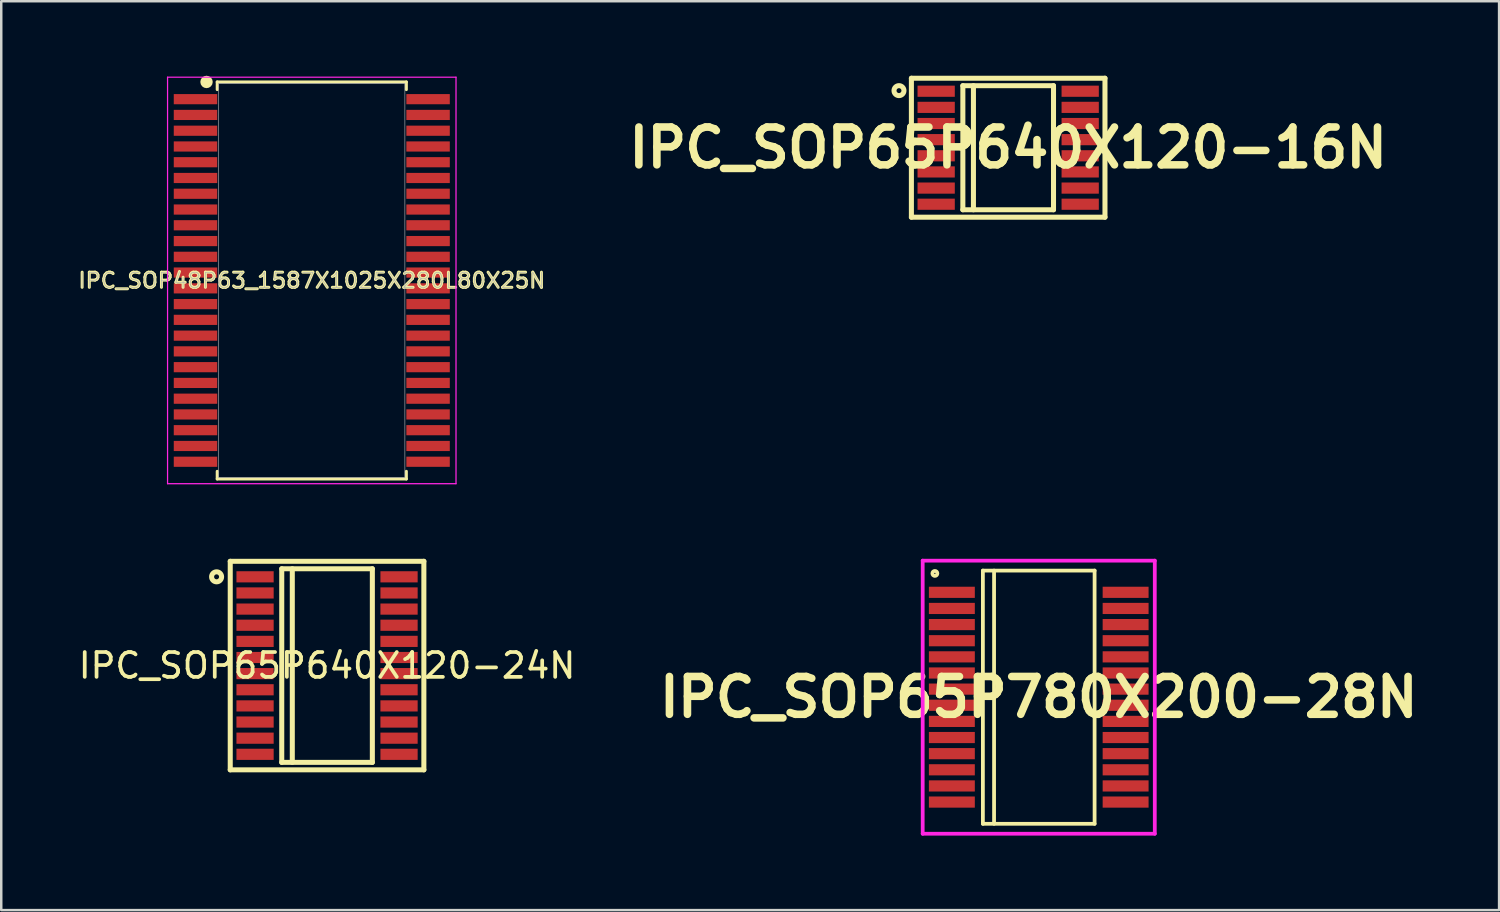
<source format=kicad_pcb>
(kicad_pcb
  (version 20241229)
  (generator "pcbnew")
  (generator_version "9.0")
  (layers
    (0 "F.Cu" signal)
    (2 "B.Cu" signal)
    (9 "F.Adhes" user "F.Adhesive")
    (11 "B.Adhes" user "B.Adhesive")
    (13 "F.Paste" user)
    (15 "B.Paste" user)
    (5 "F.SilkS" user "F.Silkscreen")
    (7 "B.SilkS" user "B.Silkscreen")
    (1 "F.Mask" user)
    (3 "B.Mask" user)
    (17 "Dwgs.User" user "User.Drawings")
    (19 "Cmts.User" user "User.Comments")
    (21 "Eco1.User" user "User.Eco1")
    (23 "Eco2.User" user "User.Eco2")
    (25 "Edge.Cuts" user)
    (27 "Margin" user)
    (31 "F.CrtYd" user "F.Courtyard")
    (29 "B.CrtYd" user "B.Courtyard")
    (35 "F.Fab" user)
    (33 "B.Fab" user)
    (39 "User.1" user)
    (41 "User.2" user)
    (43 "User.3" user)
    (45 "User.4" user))
  (footprint "IPC_SOP65P640X120-16N"
    (layer "F.Cu")
    (at 37.564 2.901)
    (property "Reference" "IPC_SOP65P640X120-16N" (at 0 0 0) (layer "F.SilkS") (effects (font (size 1.524 1.524) (thickness 0.305))))
    (attr through_hole)
    (fp_line (start -3.899 -2.799) (end 3.899 -2.799) (stroke (width 0.203) (type solid)) (layer "F.SilkS"))
    (fp_line (start -3.899 2.799) (end -3.899 -2.799) (stroke (width 0.203) (type solid)) (layer "F.SilkS"))
    (fp_line (start -1.826 -2.499) (end 1.826 -2.499) (stroke (width 0.203) (type solid)) (layer "F.SilkS"))
    (fp_line (start -1.826 2.499) (end -1.826 -2.499) (stroke (width 0.203) (type solid)) (layer "F.SilkS"))
    (fp_line (start -1.4 -2.5) (end -1.4 2.5) (stroke (width 0.203) (type solid)) (layer "F.SilkS"))
    (fp_line (start 1.826 -2.499) (end 1.826 2.499) (stroke (width 0.203) (type solid)) (layer "F.SilkS"))
    (fp_line (start 1.826 2.499) (end -1.826 2.499) (stroke (width 0.203) (type solid)) (layer "F.SilkS"))
    (fp_line (start 3.899 -2.799) (end 3.899 2.799) (stroke (width 0.203) (type solid)) (layer "F.SilkS"))
    (fp_line (start 3.899 2.799) (end -3.899 2.799) (stroke (width 0.203) (type solid)) (layer "F.SilkS"))
    (fp_circle (center -4.399 -2.3) (end -4.3 -2.3) (stroke (width 0.203) (type solid)) (fill no) (layer "F.SilkS"))
    (pad "1" smd rect (at -2.901 -2.276) (size 1.501 0.45) (layers "F.Cu" "F.Mask" "F.Paste"))
    (pad "2" smd rect (at -2.901 -1.626) (size 1.501 0.45) (layers "F.Cu" "F.Mask" "F.Paste"))
    (pad "3" smd rect (at -2.901 -0.975) (size 1.501 0.45) (layers "F.Cu" "F.Mask" "F.Paste"))
    (pad "4" smd rect (at -2.901 -0.325) (size 1.501 0.45) (layers "F.Cu" "F.Mask" "F.Paste"))
    (pad "5" smd rect (at -2.901 0.325) (size 1.501 0.45) (layers "F.Cu" "F.Mask" "F.Paste"))
    (pad "6" smd rect (at -2.901 0.975) (size 1.501 0.45) (layers "F.Cu" "F.Mask" "F.Paste"))
    (pad "7" smd rect (at -2.901 1.626) (size 1.501 0.45) (layers "F.Cu" "F.Mask" "F.Paste"))
    (pad "8" smd rect (at -2.901 2.276) (size 1.501 0.45) (layers "F.Cu" "F.Mask" "F.Paste"))
    (pad "9" smd rect (at 2.901 2.276) (size 1.501 0.45) (layers "F.Cu" "F.Mask" "F.Paste"))
    (pad "10" smd rect (at 2.901 1.626) (size 1.501 0.45) (layers "F.Cu" "F.Mask" "F.Paste"))
    (pad "11" smd rect (at 2.901 0.975) (size 1.501 0.45) (layers "F.Cu" "F.Mask" "F.Paste"))
    (pad "12" smd rect (at 2.901 0.325) (size 1.501 0.45) (layers "F.Cu" "F.Mask" "F.Paste"))
    (pad "13" smd rect (at 2.901 -0.325) (size 1.501 0.45) (layers "F.Cu" "F.Mask" "F.Paste"))
    (pad "14" smd rect (at 2.901 -0.975) (size 1.501 0.45) (layers "F.Cu" "F.Mask" "F.Paste"))
    (pad "15" smd rect (at 2.901 -1.626) (size 1.501 0.45) (layers "F.Cu" "F.Mask" "F.Paste"))
    (pad "16" smd rect (at 2.901 -2.276) (size 1.501 0.45) (layers "F.Cu" "F.Mask" "F.Paste")))
  (footprint "IPC_SOP65P640X120-24N"
    (layer "F.Cu")
    (at 10.125 23.762)
    (property "Reference" "IPC_SOP65P640X120-24N" (at 0 0 0) (layer "F.SilkS") (effects (font (size 1 1) (thickness 0.15))))
    (attr through_hole)
    (fp_line (start -3.9 -4.2) (end 3.9 -4.2) (stroke (width 0.203) (type solid)) (layer "F.SilkS"))
    (fp_line (start -3.9 4.2) (end -3.9 -4.2) (stroke (width 0.203) (type solid)) (layer "F.SilkS"))
    (fp_line (start -1.825 -3.9) (end 1.825 -3.9) (stroke (width 0.203) (type solid)) (layer "F.SilkS"))
    (fp_line (start -1.825 3.9) (end -1.825 -3.9) (stroke (width 0.203) (type solid)) (layer "F.SilkS"))
    (fp_line (start -1.4 -3.9) (end -1.4 3.9) (stroke (width 0.203) (type solid)) (layer "F.SilkS"))
    (fp_line (start 1.825 -3.9) (end 1.825 3.9) (stroke (width 0.203) (type solid)) (layer "F.SilkS"))
    (fp_line (start 1.825 3.9) (end -1.825 3.9) (stroke (width 0.203) (type solid)) (layer "F.SilkS"))
    (fp_line (start 3.9 -4.2) (end 3.9 4.2) (stroke (width 0.203) (type solid)) (layer "F.SilkS"))
    (fp_line (start 3.9 4.2) (end -3.9 4.2) (stroke (width 0.203) (type solid)) (layer "F.SilkS"))
    (fp_circle (center -4.45 -3.575) (end -4.35 -3.575) (stroke (width 0.203) (type solid)) (fill no) (layer "F.SilkS"))
    (pad "1" smd rect (at -2.9 -3.575) (size 1.5 0.45) (layers "F.Cu" "F.Mask" "F.Paste"))
    (pad "2" smd rect (at -2.9 -2.925) (size 1.5 0.45) (layers "F.Cu" "F.Mask" "F.Paste"))
    (pad "3" smd rect (at -2.9 -2.275) (size 1.5 0.45) (layers "F.Cu" "F.Mask" "F.Paste"))
    (pad "4" smd rect (at -2.9 -1.625) (size 1.5 0.45) (layers "F.Cu" "F.Mask" "F.Paste"))
    (pad "5" smd rect (at -2.9 -0.975) (size 1.5 0.45) (layers "F.Cu" "F.Mask" "F.Paste"))
    (pad "6" smd rect (at -2.9 -0.325) (size 1.5 0.45) (layers "F.Cu" "F.Mask" "F.Paste"))
    (pad "7" smd rect (at -2.9 0.325) (size 1.5 0.45) (layers "F.Cu" "F.Mask" "F.Paste"))
    (pad "8" smd rect (at -2.9 0.975) (size 1.5 0.45) (layers "F.Cu" "F.Mask" "F.Paste"))
    (pad "9" smd rect (at -2.9 1.625) (size 1.5 0.45) (layers "F.Cu" "F.Mask" "F.Paste"))
    (pad "10" smd rect (at -2.9 2.275) (size 1.5 0.45) (layers "F.Cu" "F.Mask" "F.Paste"))
    (pad "11" smd rect (at -2.9 2.925) (size 1.5 0.45) (layers "F.Cu" "F.Mask" "F.Paste"))
    (pad "12" smd rect (at -2.9 3.575) (size 1.5 0.45) (layers "F.Cu" "F.Mask" "F.Paste"))
    (pad "13" smd rect (at 2.9 3.575) (size 1.5 0.45) (layers "F.Cu" "F.Mask" "F.Paste"))
    (pad "14" smd rect (at 2.9 2.925) (size 1.5 0.45) (layers "F.Cu" "F.Mask" "F.Paste"))
    (pad "15" smd rect (at 2.9 2.275) (size 1.5 0.45) (layers "F.Cu" "F.Mask" "F.Paste"))
    (pad "16" smd rect (at 2.9 1.625) (size 1.5 0.45) (layers "F.Cu" "F.Mask" "F.Paste"))
    (pad "17" smd rect (at 2.9 0.975) (size 1.5 0.45) (layers "F.Cu" "F.Mask" "F.Paste"))
    (pad "18" smd rect (at 2.9 0.325) (size 1.5 0.45) (layers "F.Cu" "F.Mask" "F.Paste"))
    (pad "19" smd rect (at 2.9 -0.325) (size 1.5 0.45) (layers "F.Cu" "F.Mask" "F.Paste"))
    (pad "20" smd rect (at 2.9 -0.975) (size 1.5 0.45) (layers "F.Cu" "F.Mask" "F.Paste"))
    (pad "21" smd rect (at 2.9 -1.625) (size 1.5 0.45) (layers "F.Cu" "F.Mask" "F.Paste"))
    (pad "22" smd rect (at 2.9 -2.275) (size 1.5 0.45) (layers "F.Cu" "F.Mask" "F.Paste"))
    (pad "23" smd rect (at 2.9 -2.925) (size 1.5 0.45) (layers "F.Cu" "F.Mask" "F.Paste"))
    (pad "24" smd rect (at 2.9 -3.575) (size 1.5 0.45) (layers "F.Cu" "F.Mask" "F.Paste")))
  (footprint "IPC_SOP48P63_1587X1025X280L80X25N"
    (layer "F.Cu")
    (at 9.51 8.248)
    (property "Reference" "IPC_SOP48P63_1587X1025X280L80X25N" (at 0 0 0) (layer "F.SilkS") (effects (font (size 0.61 0.61) (thickness 0.12))))
    (attr smd)
    (fp_line (start -3.81 -7.997) (end -3.81 -7.688) (stroke (width 0.12) (type solid)) (layer "F.SilkS"))
    (fp_line (start -3.81 7.688) (end -3.81 7.997) (stroke (width 0.12) (type solid)) (layer "F.SilkS"))
    (fp_line (start -3.81 7.997) (end 3.81 7.997) (stroke (width 0.12) (type solid)) (layer "F.SilkS"))
    (fp_line (start 3.81 -7.997) (end -3.81 -7.997) (stroke (width 0.12) (type solid)) (layer "F.SilkS"))
    (fp_line (start 3.81 -7.688) (end 3.81 -7.997) (stroke (width 0.12) (type solid)) (layer "F.SilkS"))
    (fp_line (start 3.81 7.997) (end 3.81 7.688) (stroke (width 0.12) (type solid)) (layer "F.SilkS"))
    (fp_circle (center -4.24 -7.997) (end -4.115 -7.997) (stroke (width 0.25) (type solid)) (fill no) (layer "F.SilkS"))
    (fp_line (start -5.81 -8.188) (end 5.81 -8.188) (stroke (width 0.05) (type solid)) (layer "F.CrtYd"))
    (fp_line (start -5.81 8.188) (end -5.81 -8.188) (stroke (width 0.05) (type solid)) (layer "F.CrtYd"))
    (fp_line (start 5.81 -8.188) (end 5.81 8.188) (stroke (width 0.05) (type solid)) (layer "F.CrtYd"))
    (fp_line (start 5.81 8.188) (end -5.81 8.188) (stroke (width 0.05) (type solid)) (layer "F.CrtYd"))
    (fp_line (start -3.75 -7.938) (end 3.75 -7.938) (stroke (width 0.025) (type solid)) (layer "F.Fab"))
    (fp_line (start -3.75 7.938) (end -3.75 -7.938) (stroke (width 0.025) (type solid)) (layer "F.Fab"))
    (fp_line (start 3.75 -7.938) (end 3.75 7.938) (stroke (width 0.025) (type solid)) (layer "F.Fab"))
    (fp_line (start 3.75 7.938) (end -3.75 7.938) (stroke (width 0.025) (type solid)) (layer "F.Fab"))
    (fp_text user "${REFERENCE}" (at 0 0 0) (layer "F.Fab") (effects (font (size 0.61 0.61) (thickness 0.025))))
    (pad "1" smd rect (at -4.685 -7.303 270) (size 0.41 1.75) (layers "F.Cu" "F.Mask" "F.Paste"))
    (pad "2" smd rect (at -4.685 -6.668 270) (size 0.41 1.75) (layers "F.Cu" "F.Mask" "F.Paste"))
    (pad "3" smd rect (at -4.685 -6.032 270) (size 0.41 1.75) (layers "F.Cu" "F.Mask" "F.Paste"))
    (pad "4" smd rect (at -4.685 -5.397 270) (size 0.41 1.75) (layers "F.Cu" "F.Mask" "F.Paste"))
    (pad "5" smd rect (at -4.685 -4.763 270) (size 0.41 1.75) (layers "F.Cu" "F.Mask" "F.Paste"))
    (pad "6" smd rect (at -4.685 -4.128 270) (size 0.41 1.75) (layers "F.Cu" "F.Mask" "F.Paste"))
    (pad "7" smd rect (at -4.685 -3.493 270) (size 0.41 1.75) (layers "F.Cu" "F.Mask" "F.Paste"))
    (pad "8" smd rect (at -4.685 -2.857 270) (size 0.41 1.75) (layers "F.Cu" "F.Mask" "F.Paste"))
    (pad "9" smd rect (at -4.685 -2.223 270) (size 0.41 1.75) (layers "F.Cu" "F.Mask" "F.Paste"))
    (pad "10" smd rect (at -4.685 -1.587 270) (size 0.41 1.75) (layers "F.Cu" "F.Mask" "F.Paste"))
    (pad "11" smd rect (at -4.685 -0.953 270) (size 0.41 1.75) (layers "F.Cu" "F.Mask" "F.Paste"))
    (pad "12" smd rect (at -4.685 -0.318 270) (size 0.41 1.75) (layers "F.Cu" "F.Mask" "F.Paste"))
    (pad "13" smd rect (at -4.685 0.318 270) (size 0.41 1.75) (layers "F.Cu" "F.Mask" "F.Paste"))
    (pad "14" smd rect (at -4.685 0.953 270) (size 0.41 1.75) (layers "F.Cu" "F.Mask" "F.Paste"))
    (pad "15" smd rect (at -4.685 1.587 270) (size 0.41 1.75) (layers "F.Cu" "F.Mask" "F.Paste"))
    (pad "16" smd rect (at -4.685 2.223 270) (size 0.41 1.75) (layers "F.Cu" "F.Mask" "F.Paste"))
    (pad "17" smd rect (at -4.685 2.857 270) (size 0.41 1.75) (layers "F.Cu" "F.Mask" "F.Paste"))
    (pad "18" smd rect (at -4.685 3.493 270) (size 0.41 1.75) (layers "F.Cu" "F.Mask" "F.Paste"))
    (pad "19" smd rect (at -4.685 4.128 270) (size 0.41 1.75) (layers "F.Cu" "F.Mask" "F.Paste"))
    (pad "20" smd rect (at -4.685 4.763 270) (size 0.41 1.75) (layers "F.Cu" "F.Mask" "F.Paste"))
    (pad "21" smd rect (at -4.685 5.397 270) (size 0.41 1.75) (layers "F.Cu" "F.Mask" "F.Paste"))
    (pad "22" smd rect (at -4.685 6.032 270) (size 0.41 1.75) (layers "F.Cu" "F.Mask" "F.Paste"))
    (pad "23" smd rect (at -4.685 6.668 270) (size 0.41 1.75) (layers "F.Cu" "F.Mask" "F.Paste"))
    (pad "24" smd rect (at -4.685 7.303 270) (size 0.41 1.75) (layers "F.Cu" "F.Mask" "F.Paste"))
    (pad "25" smd rect (at 4.685 7.303 90) (size 0.41 1.75) (layers "F.Cu" "F.Mask" "F.Paste"))
    (pad "26" smd rect (at 4.685 6.668 90) (size 0.41 1.75) (layers "F.Cu" "F.Mask" "F.Paste"))
    (pad "27" smd rect (at 4.685 6.032 90) (size 0.41 1.75) (layers "F.Cu" "F.Mask" "F.Paste"))
    (pad "28" smd rect (at 4.685 5.397 90) (size 0.41 1.75) (layers "F.Cu" "F.Mask" "F.Paste"))
    (pad "29" smd rect (at 4.685 4.763 90) (size 0.41 1.75) (layers "F.Cu" "F.Mask" "F.Paste"))
    (pad "30" smd rect (at 4.685 4.128 90) (size 0.41 1.75) (layers "F.Cu" "F.Mask" "F.Paste"))
    (pad "31" smd rect (at 4.685 3.493 90) (size 0.41 1.75) (layers "F.Cu" "F.Mask" "F.Paste"))
    (pad "32" smd rect (at 4.685 2.857 90) (size 0.41 1.75) (layers "F.Cu" "F.Mask" "F.Paste"))
    (pad "33" smd rect (at 4.685 2.223 90) (size 0.41 1.75) (layers "F.Cu" "F.Mask" "F.Paste"))
    (pad "34" smd rect (at 4.685 1.587 90) (size 0.41 1.75) (layers "F.Cu" "F.Mask" "F.Paste"))
    (pad "35" smd rect (at 4.685 0.953 90) (size 0.41 1.75) (layers "F.Cu" "F.Mask" "F.Paste"))
    (pad "36" smd rect (at 4.685 0.318 90) (size 0.41 1.75) (layers "F.Cu" "F.Mask" "F.Paste"))
    (pad "37" smd rect (at 4.685 -0.318 90) (size 0.41 1.75) (layers "F.Cu" "F.Mask" "F.Paste"))
    (pad "38" smd rect (at 4.685 -0.953 90) (size 0.41 1.75) (layers "F.Cu" "F.Mask" "F.Paste"))
    (pad "39" smd rect (at 4.685 -1.587 90) (size 0.41 1.75) (layers "F.Cu" "F.Mask" "F.Paste"))
    (pad "40" smd rect (at 4.685 -2.223 90) (size 0.41 1.75) (layers "F.Cu" "F.Mask" "F.Paste"))
    (pad "41" smd rect (at 4.685 -2.857 90) (size 0.41 1.75) (layers "F.Cu" "F.Mask" "F.Paste"))
    (pad "42" smd rect (at 4.685 -3.493 90) (size 0.41 1.75) (layers "F.Cu" "F.Mask" "F.Paste"))
    (pad "43" smd rect (at 4.685 -4.128 90) (size 0.41 1.75) (layers "F.Cu" "F.Mask" "F.Paste"))
    (pad "44" smd rect (at 4.685 -4.763 90) (size 0.41 1.75) (layers "F.Cu" "F.Mask" "F.Paste"))
    (pad "45" smd rect (at 4.685 -5.397 90) (size 0.41 1.75) (layers "F.Cu" "F.Mask" "F.Paste"))
    (pad "46" smd rect (at 4.685 -6.032 90) (size 0.41 1.75) (layers "F.Cu" "F.Mask" "F.Paste"))
    (pad "47" smd rect (at 4.685 -6.668 90) (size 0.41 1.75) (layers "F.Cu" "F.Mask" "F.Paste"))
    (pad "48" smd rect (at 4.685 -7.303 90) (size 0.41 1.75) (layers "F.Cu" "F.Mask" "F.Paste")))
  (footprint "IPC_SOP65P780X200-28N"
    (layer "F.Cu")
    (at 38.795 25.036)
    (property "Reference" "IPC_SOP65P780X200-28N" (at 0 0 0) (layer "F.SilkS") (effects (font (size 1.524 1.524) (thickness 0.305))))
    (attr through_hole)
    (fp_line (start -2.25 -5.1) (end 2.25 -5.1) (stroke (width 0.152) (type solid)) (layer "F.SilkS"))
    (fp_line (start -2.25 5.1) (end -2.25 -5.1) (stroke (width 0.152) (type solid)) (layer "F.SilkS"))
    (fp_line (start -1.8 -5.1) (end -1.8 5.1) (stroke (width 0.152) (type solid)) (layer "F.SilkS"))
    (fp_line (start 2.25 -5.1) (end 2.25 5.1) (stroke (width 0.152) (type solid)) (layer "F.SilkS"))
    (fp_line (start 2.25 5.1) (end -2.25 5.1) (stroke (width 0.152) (type solid)) (layer "F.SilkS"))
    (fp_circle (center -4.184 -4.986) (end -4.084 -4.986) (stroke (width 0.152) (type solid)) (fill no) (layer "F.SilkS"))
    (fp_line (start -4.675 -5.5) (end 4.675 -5.5) (stroke (width 0.152) (type solid)) (layer "F.CrtYd"))
    (fp_line (start -4.675 5.5) (end -4.675 -5.5) (stroke (width 0.152) (type solid)) (layer "F.CrtYd"))
    (fp_line (start 4.675 -5.5) (end 4.675 5.5) (stroke (width 0.152) (type solid)) (layer "F.CrtYd"))
    (fp_line (start 4.675 5.5) (end -4.675 5.5) (stroke (width 0.152) (type solid)) (layer "F.CrtYd"))
    (pad "1" smd rect (at -3.5 -4.225) (size 1.85 0.45) (layers "F.Cu" "F.Mask" "F.Paste"))
    (pad "2" smd rect (at -3.5 -3.575) (size 1.85 0.45) (layers "F.Cu" "F.Mask" "F.Paste"))
    (pad "3" smd rect (at -3.5 -2.925) (size 1.85 0.45) (layers "F.Cu" "F.Mask" "F.Paste"))
    (pad "4" smd rect (at -3.5 -2.275) (size 1.85 0.45) (layers "F.Cu" "F.Mask" "F.Paste"))
    (pad "5" smd rect (at -3.5 -1.625) (size 1.85 0.45) (layers "F.Cu" "F.Mask" "F.Paste"))
    (pad "6" smd rect (at -3.5 -0.975) (size 1.85 0.45) (layers "F.Cu" "F.Mask" "F.Paste"))
    (pad "7" smd rect (at -3.5 -0.325) (size 1.85 0.45) (layers "F.Cu" "F.Mask" "F.Paste"))
    (pad "8" smd rect (at -3.5 0.325) (size 1.85 0.45) (layers "F.Cu" "F.Mask" "F.Paste"))
    (pad "9" smd rect (at -3.5 0.975) (size 1.85 0.45) (layers "F.Cu" "F.Mask" "F.Paste"))
    (pad "10" smd rect (at -3.5 1.625) (size 1.85 0.45) (layers "F.Cu" "F.Mask" "F.Paste"))
    (pad "11" smd rect (at -3.5 2.275) (size 1.85 0.45) (layers "F.Cu" "F.Mask" "F.Paste"))
    (pad "12" smd rect (at -3.5 2.925) (size 1.85 0.45) (layers "F.Cu" "F.Mask" "F.Paste"))
    (pad "13" smd rect (at -3.5 3.575) (size 1.85 0.45) (layers "F.Cu" "F.Mask" "F.Paste"))
    (pad "14" smd rect (at -3.5 4.225) (size 1.85 0.45) (layers "F.Cu" "F.Mask" "F.Paste"))
    (pad "15" smd rect (at 3.5 4.225) (size 1.85 0.45) (layers "F.Cu" "F.Mask" "F.Paste"))
    (pad "16" smd rect (at 3.5 3.575) (size 1.85 0.45) (layers "F.Cu" "F.Mask" "F.Paste"))
    (pad "17" smd rect (at 3.5 2.925) (size 1.85 0.45) (layers "F.Cu" "F.Mask" "F.Paste"))
    (pad "18" smd rect (at 3.5 2.275) (size 1.85 0.45) (layers "F.Cu" "F.Mask" "F.Paste"))
    (pad "19" smd rect (at 3.5 1.625) (size 1.85 0.45) (layers "F.Cu" "F.Mask" "F.Paste"))
    (pad "20" smd rect (at 3.5 0.975) (size 1.85 0.45) (layers "F.Cu" "F.Mask" "F.Paste"))
    (pad "21" smd rect (at 3.5 0.325) (size 1.85 0.45) (layers "F.Cu" "F.Mask" "F.Paste"))
    (pad "22" smd rect (at 3.5 -0.325) (size 1.85 0.45) (layers "F.Cu" "F.Mask" "F.Paste"))
    (pad "23" smd rect (at 3.5 -0.975) (size 1.85 0.45) (layers "F.Cu" "F.Mask" "F.Paste"))
    (pad "24" smd rect (at 3.5 -1.625) (size 1.85 0.45) (layers "F.Cu" "F.Mask" "F.Paste"))
    (pad "25" smd rect (at 3.5 -2.275) (size 1.85 0.45) (layers "F.Cu" "F.Mask" "F.Paste"))
    (pad "26" smd rect (at 3.5 -2.925) (size 1.85 0.45) (layers "F.Cu" "F.Mask" "F.Paste"))
    (pad "27" smd rect (at 3.5 -3.575) (size 1.85 0.45) (layers "F.Cu" "F.Mask" "F.Paste"))
    (pad "28" smd rect (at 3.5 -4.225) (size 1.85 0.45) (layers "F.Cu" "F.Mask" "F.Paste")))
  (gr_rect
    (start -3 -3)
    (end 57.34 33.612)
    (stroke (width 0.1) (type default))
    (fill no)
    (layer "Edge.Cuts")))
</source>
